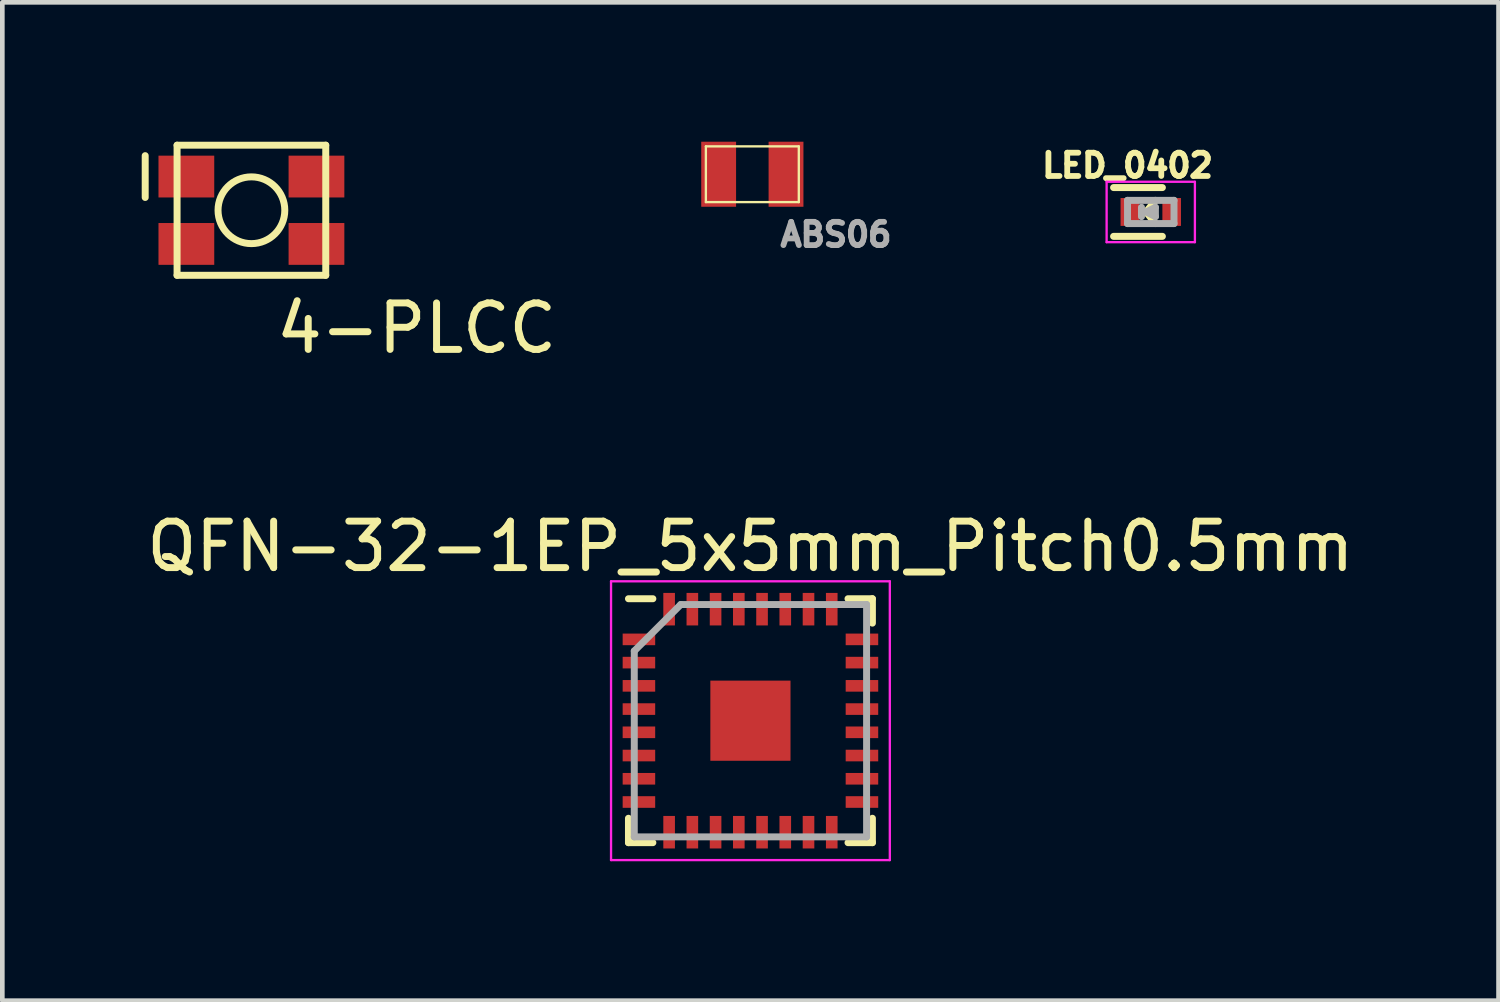
<source format=kicad_pcb>
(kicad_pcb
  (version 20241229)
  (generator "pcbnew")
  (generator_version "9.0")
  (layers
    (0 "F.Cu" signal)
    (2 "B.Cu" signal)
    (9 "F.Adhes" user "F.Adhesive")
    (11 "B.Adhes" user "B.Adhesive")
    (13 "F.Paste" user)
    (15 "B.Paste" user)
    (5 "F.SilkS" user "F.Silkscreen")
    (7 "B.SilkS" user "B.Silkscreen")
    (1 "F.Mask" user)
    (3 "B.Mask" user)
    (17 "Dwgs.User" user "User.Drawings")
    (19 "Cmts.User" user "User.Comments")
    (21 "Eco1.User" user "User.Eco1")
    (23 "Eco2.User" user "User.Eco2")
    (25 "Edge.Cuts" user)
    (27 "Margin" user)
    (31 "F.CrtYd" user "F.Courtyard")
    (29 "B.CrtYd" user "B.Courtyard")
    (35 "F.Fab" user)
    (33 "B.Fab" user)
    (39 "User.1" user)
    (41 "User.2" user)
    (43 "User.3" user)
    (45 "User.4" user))
  (footprint "LED_0402"
    (layer "F.Cu")
    (at 21.717 1.512)
    (property "Reference" "LED_0402" (at -0.5 -1 0) (layer "F.SilkS") (effects (font (size 0.5 0.5) (thickness 0.125))))
    (attr smd)
    (fp_line (start -0.1 0) (end 0.1 0.25) (stroke (width 0.15) (type solid)) (layer "F.SilkS"))
    (fp_line (start 0.1 -0.25) (end -0.1 0) (stroke (width 0.15) (type solid)) (layer "F.SilkS"))
    (fp_line (start 0.25 -0.525) (end -0.8 -0.525) (stroke (width 0.15) (type solid)) (layer "F.SilkS"))
    (fp_line (start 0.25 0.525) (end -0.8 0.525) (stroke (width 0.15) (type solid)) (layer "F.SilkS"))
    (fp_line (start -0.95 -0.65) (end -0.95 0.65) (stroke (width 0.05) (type solid)) (layer "F.CrtYd"))
    (fp_line (start -0.95 -0.65) (end 0.95 -0.65) (stroke (width 0.05) (type solid)) (layer "F.CrtYd"))
    (fp_line (start -0.95 0.65) (end 0.95 0.65) (stroke (width 0.05) (type solid)) (layer "F.CrtYd"))
    (fp_line (start 0.95 -0.65) (end 0.95 0.65) (stroke (width 0.05) (type solid)) (layer "F.CrtYd"))
    (fp_line (start -0.5 -0.25) (end 0.5 -0.25) (stroke (width 0.15) (type solid)) (layer "F.Fab"))
    (fp_line (start -0.5 0.25) (end -0.5 -0.25) (stroke (width 0.15) (type solid)) (layer "F.Fab"))
    (fp_line (start -0.2 -0.1) (end -0.2 0.1) (stroke (width 0.15) (type solid)) (layer "F.Fab"))
    (fp_line (start -0.1 0) (end 0.1 0.1) (stroke (width 0.15) (type solid)) (layer "F.Fab"))
    (fp_line (start 0.1 -0.1) (end -0.1 0) (stroke (width 0.15) (type solid)) (layer "F.Fab"))
    (fp_line (start 0.1 0.1) (end 0.1 -0.1) (stroke (width 0.15) (type solid)) (layer "F.Fab"))
    (fp_line (start 0.5 -0.25) (end 0.5 0.25) (stroke (width 0.15) (type solid)) (layer "F.Fab"))
    (fp_line (start 0.5 0.25) (end -0.5 0.25) (stroke (width 0.15) (type solid)) (layer "F.Fab"))
    (pad "1" smd rect (at 0.45 0) (size 0.4 0.6) (layers "F.Cu" "F.Mask" "F.Paste"))
    (pad "2" smd rect (at -0.45 0) (size 0.4 0.6) (layers "F.Cu" "F.Mask" "F.Paste")))
  (footprint "QFN-32-1EP_5x5mm_Pitch0.5mm"
    (layer "F.Cu")
    (at 13.101 12.461)
    (property "Reference" "QFN-32-1EP_5x5mm_Pitch0.5mm" (at 0 -3.75 0) (layer "F.SilkS") (effects (font (size 1 1) (thickness 0.15))))
    (attr smd)
    (fp_line (start -2.625 -2.625) (end -2.1 -2.625) (stroke (width 0.15) (type solid)) (layer "F.SilkS"))
    (fp_line (start -2.625 2.625) (end -2.625 2.1) (stroke (width 0.15) (type solid)) (layer "F.SilkS"))
    (fp_line (start -2.625 2.625) (end -2.1 2.625) (stroke (width 0.15) (type solid)) (layer "F.SilkS"))
    (fp_line (start 2.625 -2.625) (end 2.1 -2.625) (stroke (width 0.15) (type solid)) (layer "F.SilkS"))
    (fp_line (start 2.625 -2.625) (end 2.625 -2.1) (stroke (width 0.15) (type solid)) (layer "F.SilkS"))
    (fp_line (start 2.625 2.625) (end 2.1 2.625) (stroke (width 0.15) (type solid)) (layer "F.SilkS"))
    (fp_line (start 2.625 2.625) (end 2.625 2.1) (stroke (width 0.15) (type solid)) (layer "F.SilkS"))
    (fp_line (start -3 -3) (end -3 3) (stroke (width 0.05) (type solid)) (layer "F.CrtYd"))
    (fp_line (start -3 -3) (end 3 -3) (stroke (width 0.05) (type solid)) (layer "F.CrtYd"))
    (fp_line (start -3 3) (end 3 3) (stroke (width 0.05) (type solid)) (layer "F.CrtYd"))
    (fp_line (start 3 -3) (end 3 3) (stroke (width 0.05) (type solid)) (layer "F.CrtYd"))
    (fp_line (start -2.5 -1.5) (end -1.5 -2.5) (stroke (width 0.15) (type solid)) (layer "F.Fab"))
    (fp_line (start -2.5 2.5) (end -2.5 -1.5) (stroke (width 0.15) (type solid)) (layer "F.Fab"))
    (fp_line (start -1.5 -2.5) (end 2.5 -2.5) (stroke (width 0.15) (type solid)) (layer "F.Fab"))
    (fp_line (start 2.5 -2.5) (end 2.5 2.5) (stroke (width 0.15) (type solid)) (layer "F.Fab"))
    (fp_line (start 2.5 2.5) (end -2.5 2.5) (stroke (width 0.15) (type solid)) (layer "F.Fab"))
    (pad "1" smd rect (at -2.4 -1.75) (size 0.7 0.25) (layers "F.Cu" "F.Mask" "F.Paste"))
    (pad "2" smd rect (at -2.4 -1.25) (size 0.7 0.25) (layers "F.Cu" "F.Mask" "F.Paste"))
    (pad "3" smd rect (at -2.4 -0.75) (size 0.7 0.25) (layers "F.Cu" "F.Mask" "F.Paste"))
    (pad "4" smd rect (at -2.4 -0.25) (size 0.7 0.25) (layers "F.Cu" "F.Mask" "F.Paste"))
    (pad "5" smd rect (at -2.4 0.25) (size 0.7 0.25) (layers "F.Cu" "F.Mask" "F.Paste"))
    (pad "6" smd rect (at -2.4 0.75) (size 0.7 0.25) (layers "F.Cu" "F.Mask" "F.Paste"))
    (pad "7" smd rect (at -2.4 1.25) (size 0.7 0.25) (layers "F.Cu" "F.Mask" "F.Paste"))
    (pad "8" smd rect (at -2.4 1.75) (size 0.7 0.25) (layers "F.Cu" "F.Mask" "F.Paste"))
    (pad "9" smd rect (at -1.75 2.4 90) (size 0.7 0.25) (layers "F.Cu" "F.Mask" "F.Paste"))
    (pad "10" smd rect (at -1.25 2.4 90) (size 0.7 0.25) (layers "F.Cu" "F.Mask" "F.Paste"))
    (pad "11" smd rect (at -0.75 2.4 90) (size 0.7 0.25) (layers "F.Cu" "F.Mask" "F.Paste"))
    (pad "12" smd rect (at -0.25 2.4 90) (size 0.7 0.25) (layers "F.Cu" "F.Mask" "F.Paste"))
    (pad "13" smd rect (at 0.25 2.4 90) (size 0.7 0.25) (layers "F.Cu" "F.Mask" "F.Paste"))
    (pad "14" smd rect (at 0.75 2.4 90) (size 0.7 0.25) (layers "F.Cu" "F.Mask" "F.Paste"))
    (pad "15" smd rect (at 1.25 2.4 90) (size 0.7 0.25) (layers "F.Cu" "F.Mask" "F.Paste"))
    (pad "16" smd rect (at 1.75 2.4 90) (size 0.7 0.25) (layers "F.Cu" "F.Mask" "F.Paste"))
    (pad "17" smd rect (at 2.4 1.75) (size 0.7 0.25) (layers "F.Cu" "F.Mask" "F.Paste"))
    (pad "18" smd rect (at 2.4 1.25) (size 0.7 0.25) (layers "F.Cu" "F.Mask" "F.Paste"))
    (pad "19" smd rect (at 2.4 0.75) (size 0.7 0.25) (layers "F.Cu" "F.Mask" "F.Paste"))
    (pad "20" smd rect (at 2.4 0.25) (size 0.7 0.25) (layers "F.Cu" "F.Mask" "F.Paste"))
    (pad "21" smd rect (at 2.4 -0.25) (size 0.7 0.25) (layers "F.Cu" "F.Mask" "F.Paste"))
    (pad "22" smd rect (at 2.4 -0.75) (size 0.7 0.25) (layers "F.Cu" "F.Mask" "F.Paste"))
    (pad "23" smd rect (at 2.4 -1.25) (size 0.7 0.25) (layers "F.Cu" "F.Mask" "F.Paste"))
    (pad "24" smd rect (at 2.4 -1.75) (size 0.7 0.25) (layers "F.Cu" "F.Mask" "F.Paste"))
    (pad "25" smd rect (at 1.75 -2.4 90) (size 0.7 0.25) (layers "F.Cu" "F.Mask" "F.Paste"))
    (pad "26" smd rect (at 1.25 -2.4 90) (size 0.7 0.25) (layers "F.Cu" "F.Mask" "F.Paste"))
    (pad "27" smd rect (at 0.75 -2.4 90) (size 0.7 0.25) (layers "F.Cu" "F.Mask" "F.Paste"))
    (pad "28" smd rect (at 0.25 -2.4 90) (size 0.7 0.25) (layers "F.Cu" "F.Mask" "F.Paste"))
    (pad "29" smd rect (at -0.25 -2.4 90) (size 0.7 0.25) (layers "F.Cu" "F.Mask" "F.Paste"))
    (pad "30" smd rect (at -0.75 -2.4 90) (size 0.7 0.25) (layers "F.Cu" "F.Mask" "F.Paste"))
    (pad "31" smd rect (at -1.25 -2.4 90) (size 0.7 0.25) (layers "F.Cu" "F.Mask" "F.Paste"))
    (pad "32" smd rect (at -1.75 -2.4 90) (size 0.7 0.25) (layers "F.Cu" "F.Mask" "F.Paste"))
    (pad "33" smd rect (at 0 0) (size 1.725 1.725) (layers "F.Cu" "F.Mask" "F.Paste")))
  (footprint "ABS06"
    (layer "F.Cu")
    (at 13.142 0.7)
    (property "Reference" "ABS06" (at 1.8 1.3 0) (layer "F.Fab") (effects (font (size 0.5 0.5) (thickness 0.125))))
    (attr through_hole)
    (fp_line (start -1 -0.6) (end 1 -0.6) (stroke (width 0.05) (type solid)) (layer "F.SilkS"))
    (fp_line (start -1 0.6) (end -1 -0.6) (stroke (width 0.05) (type solid)) (layer "F.SilkS"))
    (fp_line (start 1 -0.6) (end 1 0.6) (stroke (width 0.05) (type solid)) (layer "F.SilkS"))
    (fp_line (start 1 0.6) (end -1 0.6) (stroke (width 0.05) (type solid)) (layer "F.SilkS"))
    (pad "1" smd rect (at -0.725 0) (size 0.75 1.4) (layers "F.Cu" "F.Mask"))
    (pad "2" smd rect (at 0.725 0) (size 0.75 1.4) (layers "F.Cu" "F.Mask")))
  (footprint "4-PLCC"
    (layer "F.Cu")
    (at 2.361 1.475)
    (property "Reference" "4-PLCC" (at 3.556 2.54 0) (layer "F.SilkS") (effects (font (size 1 1) (thickness 0.15))))
    (attr through_hole)
    (fp_line (start -2.286 -1.175) (end -2.286 -0.275) (stroke (width 0.15) (type solid)) (layer "F.SilkS"))
    (fp_line (start -1.6 -1.4) (end -1.6 1.4) (stroke (width 0.15) (type solid)) (layer "F.SilkS"))
    (fp_line (start -1.6 -1.4) (end 1.6 -1.4) (stroke (width 0.15) (type solid)) (layer "F.SilkS"))
    (fp_line (start 1.6 -1.4) (end 1.6 1.4) (stroke (width 0.15) (type solid)) (layer "F.SilkS"))
    (fp_line (start 1.6 1.4) (end -1.6 1.4) (stroke (width 0.15) (type solid)) (layer "F.SilkS"))
    (fp_circle (center 0 0) (end 0.508 -0.508) (stroke (width 0.15) (type solid)) (fill no) (layer "F.SilkS"))
    (pad "1" smd rect (at -1.4 -0.725) (size 1.2 0.9) (layers "F.Cu" "F.Mask"))
    (pad "2" smd rect (at 1.4 -0.725) (size 1.2 0.9) (layers "F.Cu" "F.Mask"))
    (pad "3" smd rect (at 1.4 0.725) (size 1.2 0.9) (layers "F.Cu" "F.Mask"))
    (pad "4" smd rect (at -1.4 0.725) (size 1.2 0.9) (layers "F.Cu" "F.Mask")))
  (gr_rect
    (start -3 -3)
    (end 29.202 18.486)
    (stroke (width 0.1) (type default))
    (fill no)
    (layer "Edge.Cuts")))
</source>
